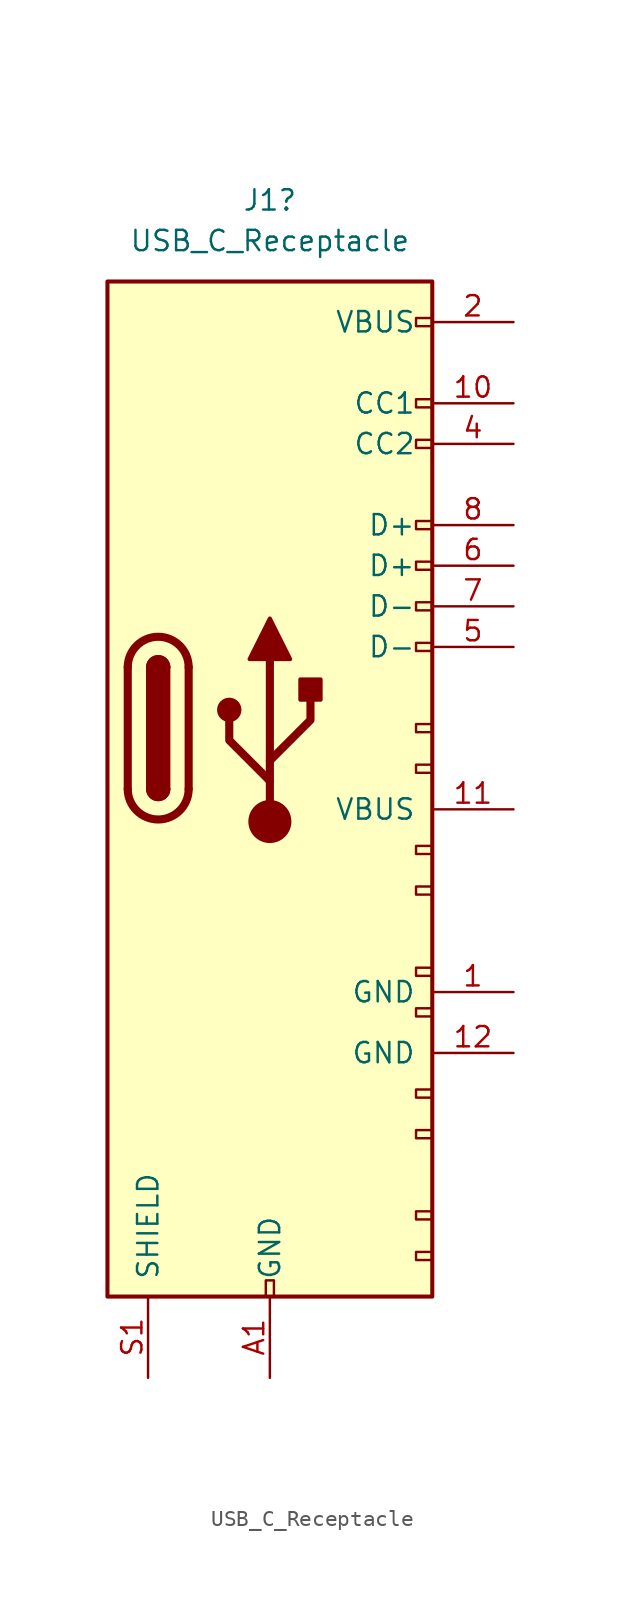
<source format=kicad_sym>
(kicad_symbol_lib
  (version 20220126)
  (generator kicad_symbol_editor)
  (symbol "USB_C_Receptacle"
    (pin_names
      (offset 1.016))
    (property "Reference" "J1"
      (at 0 33.02 0)
      (effects (font (size 1.27 1.27))))
    (property "Value" "USB_C_Receptacle"
      (at 0 30.48 0)
      (effects (font (size 1.27 1.27))))
    (symbol "USB_C_Receptacle_0_0"
      (rectangle (start -0.254 -35.56) (end 0.254 -34.544) (stroke (width 0) (type default)) (fill (type none)))
      (rectangle (start 10.16 -32.766) (end 9.144 -33.274) (stroke (width 0) (type default)) (fill (type none)))
      (rectangle (start 10.16 -30.226) (end 9.144 -30.734) (stroke (width 0) (type default)) (fill (type none)))
      (rectangle (start 10.16 -25.146) (end 9.144 -25.654) (stroke (width 0) (type default)) (fill (type none)))
      (rectangle (start 10.16 -22.606) (end 9.144 -23.114) (stroke (width 0) (type default)) (fill (type none)))
      (rectangle (start 10.16 -17.526) (end 9.144 -18.034) (stroke (width 0) (type default)) (fill (type none)))
      (rectangle (start 10.16 -14.986) (end 9.144 -15.494) (stroke (width 0) (type default)) (fill (type none)))
      (rectangle (start 10.16 -9.906) (end 9.144 -10.414) (stroke (width 0) (type default)) (fill (type none)))
      (rectangle (start 10.16 -7.366) (end 9.144 -7.874) (stroke (width 0) (type default)) (fill (type none)))
      (rectangle (start 10.16 -2.286) (end 9.144 -2.794) (stroke (width 0) (type default)) (fill (type none)))
      (rectangle (start 10.16 0.254) (end 9.144 -0.254) (stroke (width 0) (type default)) (fill (type none)))
      (rectangle (start 10.16 5.334) (end 9.144 4.826) (stroke (width 0) (type default)) (fill (type none)))
      (rectangle (start 10.16 7.874) (end 9.144 7.366) (stroke (width 0) (type default)) (fill (type none)))
      (rectangle (start 10.16 10.414) (end 9.144 9.906) (stroke (width 0) (type default)) (fill (type none)))
      (rectangle (start 10.16 12.954) (end 9.144 12.446) (stroke (width 0) (type default)) (fill (type none)))
      (rectangle (start 10.16 18.034) (end 9.144 17.526) (stroke (width 0) (type default)) (fill (type none)))
      (rectangle (start 10.16 20.574) (end 9.144 20.066) (stroke (width 0) (type default)) (fill (type none)))
      (rectangle (start 10.16 25.654) (end 9.144 25.146) (stroke (width 0) (type default)) (fill (type none))))
    (symbol "USB_C_Receptacle_0_1"
      (rectangle (start -10.16 27.94) (end 10.16 -35.56) (stroke (width 0.254) (type default)) (fill (type background)))
      (arc (start -8.89 -3.81) (mid -6.985 -5.7067) (end -5.08 -3.81) (stroke (width 0.508) (type default)) (fill (type none)))
      (arc (start -7.62 -3.81) (mid -6.985 -4.4423) (end -6.35 -3.81) (stroke (width 0.254) (type default)) (fill (type none)))
      (arc (start -7.62 -3.81) (mid -6.985 -4.4423) (end -6.35 -3.81) (stroke (width 0.254) (type default)) (fill (type outline)))
      (rectangle (start -7.62 -3.81) (end -6.35 3.81) (stroke (width 0.254) (type default)) (fill (type outline)))
      (arc (start -6.35 3.81) (mid -6.985 4.4423) (end -7.62 3.81) (stroke (width 0.254) (type default)) (fill (type none)))
      (arc (start -6.35 3.81) (mid -6.985 4.4423) (end -7.62 3.81) (stroke (width 0.254) (type default)) (fill (type outline)))
      (arc (start -5.08 3.81) (mid -6.985 5.7067) (end -8.89 3.81) (stroke (width 0.508) (type default)) (fill (type none)))
      (polyline (pts (xy -8.89 -3.81) (xy -8.89 3.81)) (stroke (width 0.508) (type default)) (fill (type none)))
      (polyline (pts (xy -5.08 3.81) (xy -5.08 -3.81)) (stroke (width 0.508) (type default)) (fill (type none))))
    (symbol "USB_C_Receptacle_1_1"
      (circle (center -2.54 1.143) (radius 0.635) (stroke (width 0.254) (type default)) (fill (type outline)))
      (circle (center 0 -5.842) (radius 1.27) (stroke (width 0) (type default)) (fill (type outline)))
      (polyline (pts (xy 0 -5.842) (xy 0 4.318)) (stroke (width 0.508) (type default)) (fill (type none)))
      (polyline (pts (xy 0 -3.302) (xy -2.54 -0.762) (xy -2.54 0.508)) (stroke (width 0.508) (type default)) (fill (type none)))
      (polyline (pts (xy 0 -2.032) (xy 2.54 0.508) (xy 2.54 1.778)) (stroke (width 0.508) (type default)) (fill (type none)))
      (polyline (pts (xy -1.27 4.318) (xy 0 6.858) (xy 1.27 4.318) (xy -1.27 4.318)) (stroke (width 0.254) (type default)) (fill (type outline)))
      (rectangle (start 1.905 1.778) (end 3.175 3.048) (stroke (width 0.254) (type default)) (fill (type outline)))
      (pin passive line (at 15.24 -16.51 180) (length 5.08) (name "GND" (effects (font (size 1.27 1.27)))) (number "1" (effects (font (size 1.27 1.27)))) (alternate "11" passive line))
      (pin bidirectional line (at 15.24 20.32 180) (length 5.08) (name "CC1" (effects (font (size 1.27 1.27)))) (number "10" (effects (font (size 1.27 1.27)))))
      (pin passive line (at 15.24 -5.08 180) (length 5.08) (name "VBUS" (effects (font (size 1.27 1.27)))) (number "11" (effects (font (size 1.27 1.27)))) (alternate "11" passive line))
      (pin passive line (at 15.24 -20.32 180) (length 5.08) (name "GND" (effects (font (size 1.27 1.27)))) (number "12" (effects (font (size 1.27 1.27)))) (alternate "11" passive line))
      (pin passive line (at 15.24 25.4 180) (length 5.08) (name "VBUS" (effects (font (size 1.27 1.27)))) (number "2" (effects (font (size 1.27 1.27)))) (alternate "11" passive line))
      (pin bidirectional line (at 15.24 17.78 180) (length 5.08) (name "CC2" (effects (font (size 1.27 1.27)))) (number "4" (effects (font (size 1.27 1.27)))))
      (pin bidirectional line (at 15.24 5.08 180) (length 5.08) (name "D-" (effects (font (size 1.27 1.27)))) (number "5" (effects (font (size 1.27 1.27)))))
      (pin bidirectional line (at 15.24 10.16 180) (length 5.08) (name "D+" (effects (font (size 1.27 1.27)))) (number "6" (effects (font (size 1.27 1.27)))))
      (pin bidirectional line (at 15.24 7.62 180) (length 5.08) (name "D-" (effects (font (size 1.27 1.27)))) (number "7" (effects (font (size 1.27 1.27)))))
      (pin bidirectional line (at 15.24 12.7 180) (length 5.08) (name "D+" (effects (font (size 1.27 1.27)))) (number "8" (effects (font (size 1.27 1.27)))))
      (pin passive line (at 0 -40.64 90) (length 5.08) (name "GND" (effects (font (size 1.27 1.27)))) (number "A1" (effects (font (size 1.27 1.27)))))
      (pin passive line (at 0 -40.64 90) (length 5.08) hide (name "GND" (effects (font (size 1.27 1.27)))) (number "A12" (effects (font (size 1.27 1.27)))))
      (pin passive line (at 0 -40.64 90) (length 5.08) hide (name "GND" (effects (font (size 1.27 1.27)))) (number "B1" (effects (font (size 1.27 1.27)))))
      (pin passive line (at 0 -40.64 90) (length 5.08) hide (name "GND" (effects (font (size 1.27 1.27)))) (number "B12" (effects (font (size 1.27 1.27)))))
      (pin passive line (at -7.62 -40.64 90) (length 5.08) (name "SHIELD" (effects (font (size 1.27 1.27)))) (number "S1" (effects (font (size 1.27 1.27))))))))
</source>
